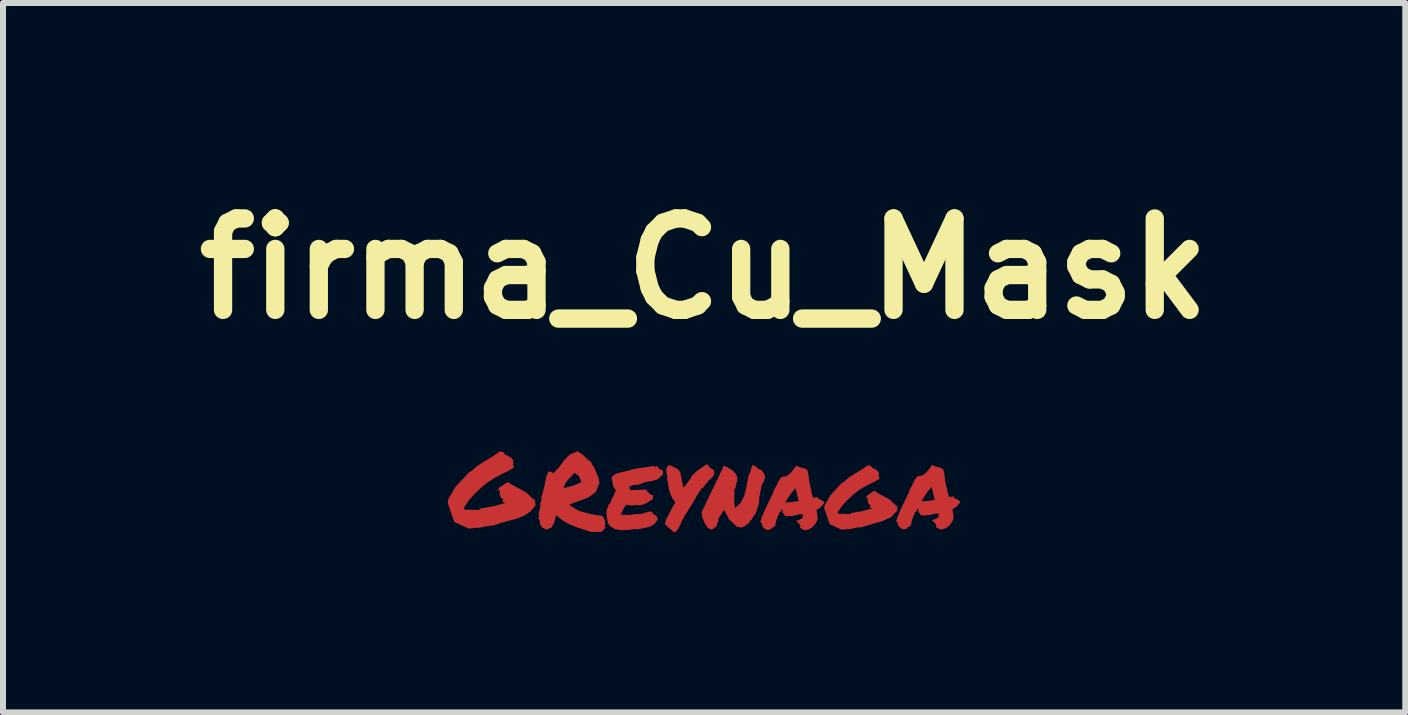
<source format=kicad_pcb>
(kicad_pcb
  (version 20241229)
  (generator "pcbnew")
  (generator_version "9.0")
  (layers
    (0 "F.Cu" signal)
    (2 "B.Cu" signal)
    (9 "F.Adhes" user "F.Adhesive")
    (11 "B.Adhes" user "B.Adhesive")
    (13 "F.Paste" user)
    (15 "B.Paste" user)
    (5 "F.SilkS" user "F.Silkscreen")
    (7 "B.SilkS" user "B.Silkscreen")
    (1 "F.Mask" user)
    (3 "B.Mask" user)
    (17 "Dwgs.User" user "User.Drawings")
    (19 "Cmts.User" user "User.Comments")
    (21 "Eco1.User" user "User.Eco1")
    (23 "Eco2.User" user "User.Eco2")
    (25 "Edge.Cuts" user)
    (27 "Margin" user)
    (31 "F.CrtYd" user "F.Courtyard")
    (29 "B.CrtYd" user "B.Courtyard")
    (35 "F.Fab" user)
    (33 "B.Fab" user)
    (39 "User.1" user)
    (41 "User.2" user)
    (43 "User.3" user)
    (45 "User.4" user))
  (footprint "firma_Cu_Mask"
    (layer "F.Cu")
    (at 8.687 5.157)
    (property "Reference" "firma_Cu_Mask" (at 0 -3.731 180) (layer "F.SilkS") (effects (font (size 1.524 1.524) (thickness 0.305))))
    (attr smd)
    (fp_poly (pts (xy 3.223 0.299) (xy 3.115 0.414) (xy 2.966 0.481) (xy 2.796 0.528) (xy 2.625 0.581) (xy 2.582 0.583) (xy 2.548 0.588) (xy 2.517 0.593) (xy 2.482 0.597) (xy 2.474 0.6) (xy 2.469 0.607) (xy 2.415 0.612) (xy 2.377 0.612) (xy 2.334 0.618) (xy 2.296 0.623) (xy 2.093 0.531) (xy 2.012 0.294) (xy 2.009 0.283) (xy 2.002 0.278) (xy 2.005 0.249) (xy 2.007 0.218) (xy 2.109 0.042) (xy 2.245 -0.103) (xy 2.265 -0.123) (xy 2.281 -0.144) (xy 2.3 -0.161) (xy 2.326 -0.173) (xy 2.412 -0.249) (xy 2.517 -0.314) (xy 2.625 -0.378) (xy 2.725 -0.45) (xy 2.753 -0.445) (xy 2.772 -0.445) (xy 2.804 -0.409) (xy 2.848 -0.387) (xy 2.889 -0.361) (xy 2.918 -0.32) (xy 2.908 -0.311) (xy 2.913 -0.295) (xy 2.915 -0.28) (xy 2.903 -0.273) (xy 2.913 -0.263) (xy 2.923 -0.254) (xy 2.918 -0.24) (xy 2.918 -0.223) (xy 2.841 -0.18) (xy 2.753 -0.135) (xy 2.658 -0.085) (xy 2.563 -0.025) (xy 2.469 0.053) (xy 2.375 0.14) (xy 2.291 0.237) (xy 2.224 0.333) (xy 2.231 0.347) (xy 2.239 0.359) (xy 2.341 0.359) (xy 2.437 0.364) (xy 2.444 0.354) (xy 2.453 0.344) (xy 2.636 0.313) (xy 2.808 0.266) (xy 2.782 0.258) (xy 2.761 0.249) (xy 2.761 0.235) (xy 2.779 0.221) (xy 2.739 0.187) (xy 2.722 0.132) (xy 2.732 0.111) (xy 2.722 0.092) (xy 2.713 0.092) (xy 2.71 0.097) (xy 2.708 0.104) (xy 2.699 0.103) (xy 2.706 0.077) (xy 2.717 0.053) (xy 2.835 -0.027) (xy 2.882 0.004) (xy 2.939 0.037) (xy 3.001 0.07) (xy 3.061 0.101) (xy 3.104 0.128) (xy 3.14 0.165) (xy 3.175 0.199) (xy 3.218 0.228) (xy 3.22 0.265) (xy 3.223 0.299) (xy 3.223 0.299)) (stroke (width 0) (type solid)) (fill yes) (layer "F.Cu"))
    (fp_poly (pts (xy -4.274 0.192) (xy -4.269 0.158) (xy -4.267 0.118) (xy -4.146 -0.092) (xy -3.983 -0.264) (xy -3.959 -0.288) (xy -3.94 -0.314) (xy -3.917 -0.335) (xy -3.886 -0.349) (xy -3.783 -0.44) (xy -3.657 -0.519) (xy -3.526 -0.597) (xy -3.406 -0.683) (xy -3.376 -0.674) (xy -3.352 -0.676) (xy -3.313 -0.629) (xy -3.261 -0.603) (xy -3.211 -0.572) (xy -3.175 -0.524) (xy -3.187 -0.516) (xy -3.182 -0.497) (xy -3.178 -0.478) (xy -3.194 -0.469) (xy -3.182 -0.457) (xy -3.17 -0.445) (xy -3.175 -0.428) (xy -3.175 -0.409) (xy -3.268 -0.355) (xy -3.375 -0.304) (xy -3.488 -0.243) (xy -3.602 -0.171) (xy -3.717 -0.08) (xy -3.828 0.027) (xy -3.928 0.142) (xy -4.007 0.258) (xy -3.998 0.273) (xy -3.988 0.289) (xy -3.866 0.289) (xy -3.752 0.296) (xy -3.743 0.282) (xy -3.733 0.27) (xy -3.514 0.232) (xy -3.308 0.177) (xy -3.363 0.158) (xy -3.363 0.141) (xy -3.344 0.123) (xy -3.39 0.082) (xy -3.411 0.015) (xy -3.399 -0.009) (xy -3.411 -0.032) (xy -3.421 -0.032) (xy -3.425 -0.025) (xy -3.428 -0.018) (xy -3.437 -0.018) (xy -3.428 -0.049) (xy -3.418 -0.078) (xy -3.275 -0.173) (xy -3.22 -0.137) (xy -3.151 -0.099) (xy -3.077 -0.059) (xy -3.006 -0.021) (xy -2.953 0.013) (xy -2.91 0.055) (xy -2.868 0.096) (xy -2.818 0.13) (xy -2.815 0.175) (xy -2.811 0.217) (xy -2.891 0.316) (xy -2.996 0.385) (xy -3.118 0.435) (xy -3.252 0.473) (xy -3.392 0.511) (xy -3.528 0.556) (xy -3.578 0.558) (xy -3.618 0.563) (xy -3.655 0.57) (xy -3.697 0.575) (xy -3.709 0.578) (xy -3.716 0.587) (xy -3.778 0.592) (xy -3.824 0.592) (xy -3.874 0.599) (xy -3.922 0.604) (xy -4.165 0.494) (xy -4.262 0.21) (xy -4.265 0.199) (xy -4.274 0.192) (xy -4.274 0.192)) (stroke (width 0) (type solid)) (fill yes) (layer "F.Cu"))
    (fp_poly (pts (xy -2.739 0.461) (xy -2.315 -0.149) (xy -2.344 -0.07) (xy -2.193 -0.109) (xy -2.043 -0.171) (xy -2.088 -0.273) (xy -2.164 -0.326) (xy -2.164 -0.326) (xy -2.213 -0.266) (xy -2.269 -0.211) (xy -2.315 -0.149) (xy -2.739 0.461) (xy -2.754 0.449) (xy -2.77 0.419) (xy -2.751 0.419) (xy -2.758 0.351) (xy -2.742 0.288) (xy -2.728 0.23) (xy -2.734 0.17) (xy -2.721 0.166) (xy -2.715 0.142) (xy -2.713 0.111) (xy -2.715 0.084) (xy -2.68 -0.027) (xy -2.656 -0.139) (xy -2.634 -0.247) (xy -2.599 -0.347) (xy -2.549 -0.34) (xy -2.513 -0.318) (xy -2.418 -0.418) (xy -2.336 -0.531) (xy -2.239 -0.631) (xy -2.107 -0.683) (xy -2.014 -0.619) (xy -1.929 -0.537) (xy -1.903 -0.518) (xy -1.876 -0.5) (xy -1.876 -0.475) (xy -1.836 -0.421) (xy -1.807 -0.357) (xy -1.781 -0.29) (xy -1.753 -0.227) (xy -1.757 -0.208) (xy -1.753 -0.192) (xy -1.748 -0.175) (xy -1.746 -0.152) (xy -1.807 -0.004) (xy -1.934 0.087) (xy -2.093 0.147) (xy -2.246 0.201) (xy -2.239 0.208) (xy -2.234 0.218) (xy -2.155 0.268) (xy -2.101 0.301) (xy -2.046 0.321) (xy -1.962 0.342) (xy -1.879 0.363) (xy -1.824 0.375) (xy -1.772 0.382) (xy -1.698 0.39) (xy -1.667 0.435) (xy -1.65 0.487) (xy -1.648 0.537) (xy -1.662 0.573) (xy -1.653 0.58) (xy -1.636 0.58) (xy -1.657 0.6) (xy -1.674 0.624) (xy -1.695 0.647) (xy -1.722 0.659) (xy -1.881 0.661) (xy -2.127 0.581) (xy -2.248 0.531) (xy -2.329 0.488) (xy -2.392 0.442) (xy -2.46 0.382) (xy -2.467 0.388) (xy -2.472 0.395) (xy -2.499 0.507) (xy -2.551 0.595) (xy -2.589 0.6) (xy -2.611 0.619) (xy -2.637 0.618) (xy -2.653 0.609) (xy -2.668 0.599) (xy -2.696 0.595) (xy -2.706 0.566) (xy -2.734 0.552) (xy -2.73 0.526) (xy -2.735 0.506) (xy -2.742 0.485) (xy -2.739 0.461) (xy -2.739 0.461)) (stroke (width 0) (type solid)) (fill yes) (layer "F.Cu"))
    (fp_poly (pts (xy -0.685 -0.361) (xy -0.685 -0.342) (xy -0.687 -0.332) (xy -0.687 -0.32) (xy -0.684 -0.302) (xy -0.768 -0.221) (xy -0.87 -0.19) (xy -0.983 -0.171) (xy -1.097 -0.127) (xy -1.138 -0.127) (xy -1.19 -0.121) (xy -1.216 -0.106) (xy -1.247 -0.097) (xy -1.242 -0.065) (xy -1.237 -0.039) (xy -1.104 -0.04) (xy -0.959 -0.049) (xy -0.961 -0.037) (xy -0.963 -0.028) (xy -0.939 -0.006) (xy -0.914 0.018) (xy -0.89 0.039) (xy -0.859 0.044) (xy -0.851 0.075) (xy -0.854 0.108) (xy -0.909 0.147) (xy -0.968 0.182) (xy -1.031 0.208) (xy -1.106 0.215) (xy -1.119 0.215) (xy -1.13 0.209) (xy -1.169 0.215) (xy -1.207 0.22) (xy -1.254 0.213) (xy -1.3 0.206) (xy -1.35 0.283) (xy -1.39 0.371) (xy -1.293 0.378) (xy -1.219 0.373) (xy -1.149 0.364) (xy -1.057 0.361) (xy -0.976 0.337) (xy -0.889 0.316) (xy -0.864 0.335) (xy -0.845 0.359) (xy -0.825 0.378) (xy -0.799 0.385) (xy -0.79 0.402) (xy -0.785 0.42) (xy -0.78 0.435) (xy -0.764 0.438) (xy -0.825 0.526) (xy -0.901 0.571) (xy -0.997 0.595) (xy -1.112 0.616) (xy -1.138 0.614) (xy -1.162 0.611) (xy -1.257 0.626) (xy -1.369 0.631) (xy -1.478 0.616) (xy -1.562 0.571) (xy -1.581 0.544) (xy -1.603 0.518) (xy -1.61 0.468) (xy -1.621 0.411) (xy -1.629 0.351) (xy -1.626 0.297) (xy -1.605 0.251) (xy -1.593 0.206) (xy -1.583 0.197) (xy -1.569 0.191) (xy -1.547 0.132) (xy -1.522 0.079) (xy -1.497 0.027) (xy -1.471 -0.033) (xy -1.507 -0.082) (xy -1.522 -0.135) (xy -1.531 -0.19) (xy -1.543 -0.249) (xy -1.502 -0.29) (xy -1.447 -0.318) (xy -1.383 -0.335) (xy -1.31 -0.35) (xy -1.188 -0.385) (xy -1.081 -0.404) (xy -0.971 -0.419) (xy -0.842 -0.44) (xy -0.813 -0.424) (xy -0.797 -0.433) (xy -0.789 -0.443) (xy -0.746 -0.393) (xy -0.685 -0.361) (xy -0.685 -0.361)) (stroke (width 0) (type solid)) (fill yes) (layer "F.Cu"))
    (fp_poly (pts (xy -0.176 0.158) (xy -0.196 0.183) (xy -0.213 0.213) (xy -0.232 0.249) (xy -0.258 0.28) (xy -0.275 0.321) (xy -0.303 0.354) (xy -0.384 0.504) (xy -0.394 0.535) (xy -0.41 0.562) (xy -0.417 0.574) (xy -0.422 0.583) (xy -0.425 0.6) (xy -0.444 0.624) (xy -0.463 0.643) (xy -0.475 0.657) (xy -0.501 0.667) (xy -0.654 0.533) (xy -0.653 0.516) (xy -0.647 0.499) (xy -0.641 0.478) (xy -0.625 0.43) (xy -0.596 0.387) (xy -0.58 0.349) (xy -0.539 0.268) (xy -0.501 0.202) (xy -0.479 0.164) (xy -0.52 0.115) (xy -0.56 0.032) (xy -0.584 -0.039) (xy -0.589 -0.077) (xy -0.596 -0.109) (xy -0.604 -0.147) (xy -0.608 -0.187) (xy -0.618 -0.211) (xy -0.615 -0.228) (xy -0.613 -0.259) (xy -0.622 -0.301) (xy -0.63 -0.339) (xy -0.632 -0.38) (xy -0.622 -0.418) (xy -0.589 -0.451) (xy -0.56 -0.452) (xy -0.53 -0.435) (xy -0.501 -0.419) (xy -0.465 -0.402) (xy -0.429 -0.38) (xy -0.417 -0.356) (xy -0.394 -0.337) (xy -0.394 -0.318) (xy -0.393 -0.299) (xy -0.386 -0.271) (xy -0.379 -0.251) (xy -0.374 -0.204) (xy -0.363 -0.165) (xy -0.353 -0.125) (xy -0.351 -0.08) (xy -0.334 -0.092) (xy -0.327 -0.097) (xy -0.32 -0.103) (xy -0.219 -0.24) (xy -0.222 -0.258) (xy -0.186 -0.292) (xy -0.16 -0.318) (xy -0.138 -0.344) (xy -0.119 -0.358) (xy 0.038 -0.464) (xy 0.062 -0.468) (xy 0.069 -0.445) (xy 0.097 -0.411) (xy 0.143 -0.382) (xy 0.159 -0.371) (xy 0.167 -0.345) (xy 0.166 -0.33) (xy 0.173 -0.313) (xy 0.138 -0.252) (xy 0.1 -0.218) (xy 0.071 -0.192) (xy 0.052 -0.165) (xy 0.04 -0.151) (xy -0.007 -0.096) (xy -0.012 -0.075) (xy -0.033 -0.075) (xy -0.041 -0.068) (xy -0.058 -0.039) (xy -0.076 -0.016) (xy -0.084 -0.008) (xy -0.089 0.006) (xy -0.095 0.02) (xy -0.122 0.054) (xy -0.134 0.078) (xy -0.148 0.106) (xy -0.167 0.132) (xy -0.176 0.158)) (stroke (width 0) (type solid)) (fill yes) (layer "F.Cu"))
    (fp_poly (pts (xy 0.333 0.295) (xy 0.31 0.314) (xy 0.296 0.344) (xy 0.284 0.373) (xy 0.267 0.385) (xy 0.257 0.409) (xy 0.243 0.431) (xy 0.233 0.456) (xy 0.236 0.485) (xy 0.219 0.514) (xy 0.21 0.55) (xy 0.197 0.58) (xy 0.159 0.59) (xy 0.157 0.599) (xy 0.162 0.611) (xy 0.133 0.612) (xy 0.11 0.621) (xy 0.055 0.585) (xy 0.017 0.528) (xy -0.012 0.462) (xy -0.036 0.406) (xy -0.034 0.369) (xy -0.046 0.338) (xy -0.025 0.293) (xy -0.003 0.247) (xy 0.019 0.201) (xy 0.042 0.153) (xy 0.065 0.105) (xy 0.089 0.056) (xy 0.113 0.006) (xy 0.138 -0.044) (xy 0.163 -0.095) (xy 0.187 -0.145) (xy 0.211 -0.196) (xy 0.235 -0.246) (xy 0.259 -0.296) (xy 0.282 -0.346) (xy 0.305 -0.396) (xy 0.327 -0.445) (xy 0.405 -0.409) (xy 0.476 -0.364) (xy 0.531 -0.304) (xy 0.56 -0.23) (xy 0.551 -0.221) (xy 0.545 -0.22) (xy 0.551 -0.208) (xy 0.551 -0.201) (xy 0.551 -0.19) (xy 0.557 -0.175) (xy 0.546 -0.173) (xy 0.536 -0.173) (xy 0.539 -0.142) (xy 0.532 -0.12) (xy 0.524 -0.099) (xy 0.526 -0.072) (xy 0.517 -0.068) (xy 0.514 -0.063) (xy 0.508 -0.058) (xy 0.501 -0.058) (xy 0.505 0.018) (xy 0.501 0.095) (xy 0.503 0.176) (xy 0.515 0.263) (xy 0.613 0.17) (xy 0.674 0.042) (xy 0.71 -0.11) (xy 0.736 -0.275) (xy 0.76 -0.313) (xy 0.775 -0.359) (xy 0.789 -0.409) (xy 0.806 -0.456) (xy 0.849 -0.439) (xy 0.884 -0.411) (xy 0.917 -0.383) (xy 0.96 -0.368) (xy 0.998 -0.311) (xy 1.02 -0.252) (xy 1.006 -0.221) (xy 0.998 -0.187) (xy 0.984 -0.154) (xy 0.96 -0.13) (xy 0.946 -0.047) (xy 0.93 0.025) (xy 0.918 0.101) (xy 0.915 0.185) (xy 0.886 0.269) (xy 0.861 0.35) (xy 0.818 0.404) (xy 0.786 0.466) (xy 0.777 0.469) (xy 0.765 0.464) (xy 0.765 0.474) (xy 0.76 0.481) (xy 0.756 0.488) (xy 0.76 0.502) (xy 0.717 0.531) (xy 0.675 0.566) (xy 0.624 0.586) (xy 0.546 0.574) (xy 0.421 0.455) (xy 0.333 0.295) (xy 0.333 0.295)) (stroke (width 0) (type solid)) (fill yes) (layer "F.Cu"))
    (fp_poly (pts (xy 1.886 0.464) (xy 1.389 0.166) (xy 1.482 0.159) (xy 1.576 0.144) (xy 1.55 0.037) (xy 1.521 -0.075) (xy 1.511 -0.058) (xy 1.444 0.023) (xy 1.39 0.108) (xy 1.37 0.139) (xy 1.351 0.17) (xy 1.37 0.168) (xy 1.389 0.166) (xy 1.389 0.166) (xy 1.886 0.464) (xy 1.855 0.524) (xy 1.809 0.578) (xy 1.75 0.616) (xy 1.681 0.633) (xy 1.65 0.621) (xy 1.635 0.611) (xy 1.625 0.605) (xy 1.618 0.6) (xy 1.597 0.592) (xy 1.604 0.569) (xy 1.602 0.549) (xy 1.581 0.526) (xy 1.571 0.516) (xy 1.563 0.505) (xy 1.533 0.473) (xy 1.58 0.461) (xy 1.637 0.43) (xy 1.649 0.366) (xy 1.59 0.364) (xy 1.544 0.376) (xy 1.48 0.392) (xy 1.411 0.397) (xy 1.385 0.397) (xy 1.359 0.394) (xy 1.342 0.39) (xy 1.335 0.37) (xy 1.328 0.363) (xy 1.309 0.34) (xy 1.306 0.302) (xy 1.296 0.271) (xy 1.28 0.314) (xy 1.273 0.332) (xy 1.256 0.335) (xy 1.251 0.344) (xy 1.249 0.352) (xy 1.24 0.382) (xy 1.234 0.388) (xy 1.227 0.394) (xy 1.218 0.425) (xy 1.208 0.454) (xy 1.192 0.499) (xy 1.189 0.54) (xy 1.182 0.559) (xy 1.163 0.576) (xy 1.142 0.587) (xy 1.132 0.593) (xy 1.123 0.597) (xy 1.118 0.616) (xy 1.098 0.619) (xy 1.07 0.624) (xy 1.053 0.626) (xy 1.035 0.624) (xy 1.006 0.6) (xy 0.982 0.581) (xy 0.965 0.55) (xy 0.961 0.531) (xy 0.958 0.514) (xy 0.953 0.504) (xy 0.93 0.483) (xy 0.949 0.468) (xy 0.951 0.438) (xy 1.023 0.27) (xy 1.104 0.104) (xy 1.13 0.049) (xy 1.158 -0.006) (xy 1.156 -0.018) (xy 1.16 -0.034) (xy 1.191 -0.085) (xy 1.215 -0.134) (xy 1.242 -0.19) (xy 1.28 -0.247) (xy 1.308 -0.259) (xy 1.32 -0.263) (xy 1.335 -0.266) (xy 1.361 -0.263) (xy 1.445 -0.325) (xy 1.52 -0.423) (xy 1.537 -0.447) (xy 1.559 -0.433) (xy 1.583 -0.423) (xy 1.616 -0.414) (xy 1.675 -0.399) (xy 1.719 -0.373) (xy 1.731 -0.332) (xy 1.737 -0.304) (xy 1.745 -0.245) (xy 1.752 -0.18) (xy 1.766 -0.121) (xy 1.778 -0.065) (xy 1.795 0.016) (xy 1.818 0.089) (xy 1.835 0.09) (xy 1.852 0.085) (xy 1.874 0.082) (xy 1.893 0.08) (xy 1.9 0.097) (xy 1.918 0.115) (xy 1.95 0.125) (xy 1.969 0.14) (xy 1.983 0.151) (xy 2.009 0.161) (xy 1.995 0.187) (xy 1.945 0.247) (xy 1.874 0.294) (xy 1.876 0.314) (xy 1.881 0.333) (xy 1.89 0.394) (xy 1.89 0.457) (xy 1.886 0.464)) (stroke (width 0) (type solid)) (fill yes) (layer "F.Cu"))
    (fp_poly (pts (xy 4.151 0.452) (xy 3.657 0.148) (xy 3.75 0.141) (xy 3.845 0.125) (xy 3.819 0.018) (xy 3.79 -0.093) (xy 3.779 -0.076) (xy 3.712 0.005) (xy 3.659 0.089) (xy 3.638 0.12) (xy 3.619 0.151) (xy 3.638 0.149) (xy 3.657 0.148) (xy 3.657 0.148) (xy 4.151 0.452) (xy 4.12 0.513) (xy 4.074 0.566) (xy 4.015 0.604) (xy 3.946 0.621) (xy 3.915 0.609) (xy 3.9 0.599) (xy 3.89 0.594) (xy 3.883 0.589) (xy 3.862 0.58) (xy 3.869 0.558) (xy 3.867 0.537) (xy 3.846 0.514) (xy 3.836 0.504) (xy 3.828 0.494) (xy 3.798 0.461) (xy 3.845 0.449) (xy 3.902 0.418) (xy 3.914 0.354) (xy 3.855 0.353) (xy 3.809 0.365) (xy 3.745 0.38) (xy 3.676 0.385) (xy 3.65 0.385) (xy 3.624 0.382) (xy 3.607 0.379) (xy 3.6 0.358) (xy 3.593 0.351) (xy 3.574 0.329) (xy 3.571 0.291) (xy 3.561 0.26) (xy 3.545 0.303) (xy 3.538 0.32) (xy 3.521 0.323) (xy 3.516 0.332) (xy 3.514 0.341) (xy 3.505 0.37) (xy 3.499 0.377) (xy 3.492 0.382) (xy 3.483 0.413) (xy 3.473 0.442) (xy 3.457 0.487) (xy 3.454 0.528) (xy 3.447 0.547) (xy 3.428 0.565) (xy 3.407 0.575) (xy 3.397 0.582) (xy 3.388 0.585) (xy 3.383 0.604) (xy 3.363 0.608) (xy 3.335 0.613) (xy 3.318 0.614) (xy 3.3 0.613) (xy 3.271 0.589) (xy 3.247 0.57) (xy 3.23 0.539) (xy 3.226 0.52) (xy 3.223 0.502) (xy 3.218 0.492) (xy 3.195 0.471) (xy 3.214 0.456) (xy 3.216 0.427) (xy 3.288 0.258) (xy 3.369 0.092) (xy 3.395 0.037) (xy 3.423 -0.018) (xy 3.421 -0.03) (xy 3.425 -0.045) (xy 3.456 -0.097) (xy 3.48 -0.145) (xy 3.507 -0.202) (xy 3.545 -0.259) (xy 3.573 -0.271) (xy 3.585 -0.274) (xy 3.6 -0.278) (xy 3.626 -0.274) (xy 3.71 -0.336) (xy 3.785 -0.435) (xy 3.802 -0.459) (xy 3.824 -0.445) (xy 3.848 -0.435) (xy 3.881 -0.426) (xy 3.94 -0.41) (xy 3.984 -0.385) (xy 3.996 -0.343) (xy 4.002 -0.316) (xy 4.01 -0.257) (xy 4.017 -0.192) (xy 4.031 -0.133) (xy 4.043 -0.076) (xy 4.06 0.005) (xy 4.083 0.077) (xy 4.1 0.079) (xy 4.117 0.074) (xy 4.139 0.07) (xy 4.158 0.068) (xy 4.165 0.086) (xy 4.183 0.103) (xy 4.215 0.113) (xy 4.234 0.129) (xy 4.248 0.139) (xy 4.274 0.149) (xy 4.26 0.175) (xy 4.21 0.236) (xy 4.139 0.282) (xy 4.141 0.303) (xy 4.146 0.322) (xy 4.155 0.382) (xy 4.155 0.446) (xy 4.151 0.452)) (stroke (width 0) (type solid)) (fill yes) (layer "F.Cu"))
    (fp_poly (pts (xy 3.223 0.299) (xy 3.115 0.414) (xy 2.966 0.481) (xy 2.796 0.528) (xy 2.625 0.581) (xy 2.582 0.583) (xy 2.548 0.588) (xy 2.517 0.593) (xy 2.482 0.597) (xy 2.474 0.6) (xy 2.469 0.607) (xy 2.415 0.612) (xy 2.377 0.612) (xy 2.334 0.618) (xy 2.296 0.623) (xy 2.093 0.531) (xy 2.012 0.294) (xy 2.009 0.283) (xy 2.002 0.278) (xy 2.005 0.249) (xy 2.007 0.218) (xy 2.109 0.042) (xy 2.245 -0.103) (xy 2.265 -0.123) (xy 2.281 -0.144) (xy 2.3 -0.161) (xy 2.326 -0.173) (xy 2.412 -0.249) (xy 2.517 -0.314) (xy 2.625 -0.378) (xy 2.725 -0.45) (xy 2.753 -0.445) (xy 2.772 -0.445) (xy 2.804 -0.409) (xy 2.848 -0.387) (xy 2.889 -0.361) (xy 2.918 -0.32) (xy 2.908 -0.311) (xy 2.913 -0.295) (xy 2.915 -0.28) (xy 2.903 -0.273) (xy 2.913 -0.263) (xy 2.923 -0.254) (xy 2.918 -0.24) (xy 2.918 -0.223) (xy 2.841 -0.18) (xy 2.753 -0.135) (xy 2.658 -0.085) (xy 2.563 -0.025) (xy 2.469 0.053) (xy 2.375 0.14) (xy 2.291 0.237) (xy 2.224 0.333) (xy 2.231 0.347) (xy 2.239 0.359) (xy 2.341 0.359) (xy 2.437 0.364) (xy 2.444 0.354) (xy 2.453 0.344) (xy 2.636 0.313) (xy 2.808 0.266) (xy 2.782 0.258) (xy 2.761 0.249) (xy 2.761 0.235) (xy 2.779 0.221) (xy 2.739 0.187) (xy 2.722 0.132) (xy 2.732 0.111) (xy 2.722 0.092) (xy 2.713 0.092) (xy 2.71 0.097) (xy 2.708 0.104) (xy 2.699 0.103) (xy 2.706 0.077) (xy 2.717 0.053) (xy 2.835 -0.027) (xy 2.882 0.004) (xy 2.939 0.037) (xy 3.001 0.07) (xy 3.061 0.101) (xy 3.104 0.128) (xy 3.14 0.165) (xy 3.175 0.199) (xy 3.218 0.228) (xy 3.22 0.265) (xy 3.223 0.299) (xy 3.223 0.299)) (stroke (width 0) (type solid)) (fill yes) (layer "F.Mask"))
    (fp_poly (pts (xy -4.274 0.192) (xy -4.269 0.158) (xy -4.267 0.118) (xy -4.146 -0.092) (xy -3.983 -0.264) (xy -3.959 -0.288) (xy -3.94 -0.314) (xy -3.917 -0.335) (xy -3.886 -0.349) (xy -3.783 -0.44) (xy -3.657 -0.519) (xy -3.526 -0.597) (xy -3.406 -0.683) (xy -3.376 -0.674) (xy -3.352 -0.676) (xy -3.313 -0.629) (xy -3.261 -0.603) (xy -3.211 -0.572) (xy -3.175 -0.524) (xy -3.187 -0.516) (xy -3.182 -0.497) (xy -3.178 -0.478) (xy -3.194 -0.469) (xy -3.182 -0.457) (xy -3.17 -0.445) (xy -3.175 -0.428) (xy -3.175 -0.409) (xy -3.268 -0.355) (xy -3.375 -0.304) (xy -3.488 -0.243) (xy -3.602 -0.171) (xy -3.717 -0.08) (xy -3.828 0.027) (xy -3.928 0.142) (xy -4.007 0.258) (xy -3.998 0.273) (xy -3.988 0.289) (xy -3.866 0.289) (xy -3.752 0.296) (xy -3.743 0.282) (xy -3.733 0.27) (xy -3.514 0.232) (xy -3.308 0.177) (xy -3.363 0.158) (xy -3.363 0.141) (xy -3.344 0.123) (xy -3.39 0.082) (xy -3.411 0.015) (xy -3.399 -0.009) (xy -3.411 -0.032) (xy -3.421 -0.032) (xy -3.425 -0.025) (xy -3.428 -0.018) (xy -3.437 -0.018) (xy -3.428 -0.049) (xy -3.418 -0.078) (xy -3.275 -0.173) (xy -3.22 -0.137) (xy -3.151 -0.099) (xy -3.077 -0.059) (xy -3.006 -0.021) (xy -2.953 0.013) (xy -2.91 0.055) (xy -2.868 0.096) (xy -2.818 0.13) (xy -2.815 0.175) (xy -2.811 0.217) (xy -2.891 0.316) (xy -2.996 0.385) (xy -3.118 0.435) (xy -3.252 0.473) (xy -3.392 0.511) (xy -3.528 0.556) (xy -3.578 0.558) (xy -3.618 0.563) (xy -3.655 0.57) (xy -3.697 0.575) (xy -3.709 0.578) (xy -3.716 0.587) (xy -3.778 0.592) (xy -3.824 0.592) (xy -3.874 0.599) (xy -3.922 0.604) (xy -4.165 0.494) (xy -4.262 0.21) (xy -4.265 0.199) (xy -4.274 0.192) (xy -4.274 0.192)) (stroke (width 0) (type solid)) (fill yes) (layer "F.Mask"))
    (fp_poly (pts (xy -2.739 0.461) (xy -2.315 -0.149) (xy -2.344 -0.07) (xy -2.193 -0.109) (xy -2.043 -0.171) (xy -2.088 -0.273) (xy -2.164 -0.326) (xy -2.164 -0.326) (xy -2.213 -0.266) (xy -2.269 -0.211) (xy -2.315 -0.149) (xy -2.739 0.461) (xy -2.754 0.449) (xy -2.77 0.419) (xy -2.751 0.419) (xy -2.758 0.351) (xy -2.742 0.288) (xy -2.728 0.23) (xy -2.734 0.17) (xy -2.721 0.166) (xy -2.715 0.142) (xy -2.713 0.111) (xy -2.715 0.084) (xy -2.68 -0.027) (xy -2.656 -0.139) (xy -2.634 -0.247) (xy -2.599 -0.347) (xy -2.549 -0.34) (xy -2.513 -0.318) (xy -2.418 -0.418) (xy -2.336 -0.531) (xy -2.239 -0.631) (xy -2.107 -0.683) (xy -2.014 -0.619) (xy -1.929 -0.537) (xy -1.903 -0.518) (xy -1.876 -0.5) (xy -1.876 -0.475) (xy -1.836 -0.421) (xy -1.807 -0.357) (xy -1.781 -0.29) (xy -1.753 -0.227) (xy -1.757 -0.208) (xy -1.753 -0.192) (xy -1.748 -0.175) (xy -1.746 -0.152) (xy -1.807 -0.004) (xy -1.934 0.087) (xy -2.093 0.147) (xy -2.246 0.201) (xy -2.239 0.208) (xy -2.234 0.218) (xy -2.155 0.268) (xy -2.101 0.301) (xy -2.046 0.321) (xy -1.962 0.342) (xy -1.879 0.363) (xy -1.824 0.375) (xy -1.772 0.382) (xy -1.698 0.39) (xy -1.667 0.435) (xy -1.65 0.487) (xy -1.648 0.537) (xy -1.662 0.573) (xy -1.653 0.58) (xy -1.636 0.58) (xy -1.657 0.6) (xy -1.674 0.624) (xy -1.695 0.647) (xy -1.722 0.659) (xy -1.881 0.661) (xy -2.127 0.581) (xy -2.248 0.531) (xy -2.329 0.488) (xy -2.392 0.442) (xy -2.46 0.382) (xy -2.467 0.388) (xy -2.472 0.395) (xy -2.499 0.507) (xy -2.551 0.595) (xy -2.589 0.6) (xy -2.611 0.619) (xy -2.637 0.618) (xy -2.653 0.609) (xy -2.668 0.599) (xy -2.696 0.595) (xy -2.706 0.566) (xy -2.734 0.552) (xy -2.73 0.526) (xy -2.735 0.506) (xy -2.742 0.485) (xy -2.739 0.461) (xy -2.739 0.461)) (stroke (width 0) (type solid)) (fill yes) (layer "F.Mask"))
    (fp_poly (pts (xy -0.685 -0.361) (xy -0.685 -0.342) (xy -0.687 -0.332) (xy -0.687 -0.32) (xy -0.684 -0.302) (xy -0.768 -0.221) (xy -0.87 -0.19) (xy -0.983 -0.171) (xy -1.097 -0.127) (xy -1.138 -0.127) (xy -1.19 -0.121) (xy -1.216 -0.106) (xy -1.247 -0.097) (xy -1.242 -0.065) (xy -1.237 -0.039) (xy -1.104 -0.04) (xy -0.959 -0.049) (xy -0.961 -0.037) (xy -0.963 -0.028) (xy -0.939 -0.006) (xy -0.914 0.018) (xy -0.89 0.039) (xy -0.859 0.044) (xy -0.851 0.075) (xy -0.854 0.108) (xy -0.909 0.147) (xy -0.968 0.182) (xy -1.031 0.208) (xy -1.106 0.215) (xy -1.119 0.215) (xy -1.13 0.209) (xy -1.169 0.215) (xy -1.207 0.22) (xy -1.254 0.213) (xy -1.3 0.206) (xy -1.35 0.283) (xy -1.39 0.371) (xy -1.293 0.378) (xy -1.219 0.373) (xy -1.149 0.364) (xy -1.057 0.361) (xy -0.976 0.337) (xy -0.889 0.316) (xy -0.864 0.335) (xy -0.845 0.359) (xy -0.825 0.378) (xy -0.799 0.385) (xy -0.79 0.402) (xy -0.785 0.42) (xy -0.78 0.435) (xy -0.764 0.438) (xy -0.825 0.526) (xy -0.901 0.571) (xy -0.997 0.595) (xy -1.112 0.616) (xy -1.138 0.614) (xy -1.162 0.611) (xy -1.257 0.626) (xy -1.369 0.631) (xy -1.478 0.616) (xy -1.562 0.571) (xy -1.581 0.544) (xy -1.603 0.518) (xy -1.61 0.468) (xy -1.621 0.411) (xy -1.629 0.351) (xy -1.626 0.297) (xy -1.605 0.251) (xy -1.593 0.206) (xy -1.583 0.197) (xy -1.569 0.191) (xy -1.547 0.132) (xy -1.522 0.079) (xy -1.497 0.027) (xy -1.471 -0.033) (xy -1.507 -0.082) (xy -1.522 -0.135) (xy -1.531 -0.19) (xy -1.543 -0.249) (xy -1.502 -0.29) (xy -1.447 -0.318) (xy -1.383 -0.335) (xy -1.31 -0.35) (xy -1.188 -0.385) (xy -1.081 -0.404) (xy -0.971 -0.419) (xy -0.842 -0.44) (xy -0.813 -0.424) (xy -0.797 -0.433) (xy -0.789 -0.443) (xy -0.746 -0.393) (xy -0.685 -0.361) (xy -0.685 -0.361)) (stroke (width 0) (type solid)) (fill yes) (layer "F.Mask"))
    (fp_poly (pts (xy -0.176 0.158) (xy -0.196 0.183) (xy -0.213 0.213) (xy -0.232 0.249) (xy -0.258 0.28) (xy -0.275 0.321) (xy -0.303 0.354) (xy -0.384 0.504) (xy -0.394 0.535) (xy -0.41 0.562) (xy -0.417 0.574) (xy -0.422 0.583) (xy -0.425 0.6) (xy -0.444 0.624) (xy -0.463 0.643) (xy -0.475 0.657) (xy -0.501 0.667) (xy -0.654 0.533) (xy -0.653 0.516) (xy -0.647 0.499) (xy -0.641 0.478) (xy -0.625 0.43) (xy -0.596 0.387) (xy -0.58 0.349) (xy -0.539 0.268) (xy -0.501 0.202) (xy -0.479 0.164) (xy -0.52 0.115) (xy -0.56 0.032) (xy -0.584 -0.039) (xy -0.589 -0.077) (xy -0.596 -0.109) (xy -0.604 -0.147) (xy -0.608 -0.187) (xy -0.618 -0.211) (xy -0.615 -0.228) (xy -0.613 -0.259) (xy -0.622 -0.301) (xy -0.63 -0.339) (xy -0.632 -0.38) (xy -0.622 -0.418) (xy -0.589 -0.451) (xy -0.56 -0.452) (xy -0.53 -0.435) (xy -0.501 -0.419) (xy -0.465 -0.402) (xy -0.429 -0.38) (xy -0.417 -0.356) (xy -0.394 -0.337) (xy -0.394 -0.318) (xy -0.393 -0.299) (xy -0.386 -0.271) (xy -0.379 -0.251) (xy -0.374 -0.204) (xy -0.363 -0.165) (xy -0.353 -0.125) (xy -0.351 -0.08) (xy -0.334 -0.092) (xy -0.327 -0.097) (xy -0.32 -0.103) (xy -0.219 -0.24) (xy -0.222 -0.258) (xy -0.186 -0.292) (xy -0.16 -0.318) (xy -0.138 -0.344) (xy -0.119 -0.358) (xy 0.038 -0.464) (xy 0.062 -0.468) (xy 0.069 -0.445) (xy 0.097 -0.411) (xy 0.143 -0.382) (xy 0.159 -0.371) (xy 0.167 -0.345) (xy 0.166 -0.33) (xy 0.173 -0.313) (xy 0.138 -0.252) (xy 0.1 -0.218) (xy 0.071 -0.192) (xy 0.052 -0.165) (xy 0.04 -0.151) (xy -0.007 -0.096) (xy -0.012 -0.075) (xy -0.033 -0.075) (xy -0.041 -0.068) (xy -0.058 -0.039) (xy -0.076 -0.016) (xy -0.084 -0.008) (xy -0.089 0.006) (xy -0.095 0.02) (xy -0.122 0.054) (xy -0.134 0.078) (xy -0.148 0.106) (xy -0.167 0.132) (xy -0.176 0.158)) (stroke (width 0) (type solid)) (fill yes) (layer "F.Mask"))
    (fp_poly (pts (xy 0.333 0.295) (xy 0.31 0.314) (xy 0.296 0.344) (xy 0.284 0.373) (xy 0.267 0.385) (xy 0.257 0.409) (xy 0.243 0.431) (xy 0.233 0.456) (xy 0.236 0.485) (xy 0.219 0.514) (xy 0.21 0.55) (xy 0.197 0.58) (xy 0.159 0.59) (xy 0.157 0.599) (xy 0.162 0.611) (xy 0.133 0.612) (xy 0.11 0.621) (xy 0.055 0.585) (xy 0.017 0.528) (xy -0.012 0.462) (xy -0.036 0.406) (xy -0.034 0.369) (xy -0.046 0.338) (xy -0.025 0.293) (xy -0.003 0.247) (xy 0.019 0.201) (xy 0.042 0.153) (xy 0.065 0.105) (xy 0.089 0.056) (xy 0.113 0.006) (xy 0.138 -0.044) (xy 0.163 -0.095) (xy 0.187 -0.145) (xy 0.211 -0.196) (xy 0.235 -0.246) (xy 0.259 -0.296) (xy 0.282 -0.346) (xy 0.305 -0.396) (xy 0.327 -0.445) (xy 0.405 -0.409) (xy 0.476 -0.364) (xy 0.531 -0.304) (xy 0.56 -0.23) (xy 0.551 -0.221) (xy 0.545 -0.22) (xy 0.551 -0.208) (xy 0.551 -0.201) (xy 0.551 -0.19) (xy 0.557 -0.175) (xy 0.546 -0.173) (xy 0.536 -0.173) (xy 0.539 -0.142) (xy 0.532 -0.12) (xy 0.524 -0.099) (xy 0.526 -0.072) (xy 0.517 -0.068) (xy 0.514 -0.063) (xy 0.508 -0.058) (xy 0.501 -0.058) (xy 0.505 0.018) (xy 0.501 0.095) (xy 0.503 0.176) (xy 0.515 0.263) (xy 0.613 0.17) (xy 0.674 0.042) (xy 0.71 -0.11) (xy 0.736 -0.275) (xy 0.76 -0.313) (xy 0.775 -0.359) (xy 0.789 -0.409) (xy 0.806 -0.456) (xy 0.849 -0.439) (xy 0.884 -0.411) (xy 0.917 -0.383) (xy 0.96 -0.368) (xy 0.998 -0.311) (xy 1.02 -0.252) (xy 1.006 -0.221) (xy 0.998 -0.187) (xy 0.984 -0.154) (xy 0.96 -0.13) (xy 0.946 -0.047) (xy 0.93 0.025) (xy 0.918 0.101) (xy 0.915 0.185) (xy 0.886 0.269) (xy 0.861 0.35) (xy 0.818 0.404) (xy 0.786 0.466) (xy 0.777 0.469) (xy 0.765 0.464) (xy 0.765 0.474) (xy 0.76 0.481) (xy 0.756 0.488) (xy 0.76 0.502) (xy 0.717 0.531) (xy 0.675 0.566) (xy 0.624 0.586) (xy 0.546 0.574) (xy 0.421 0.455) (xy 0.333 0.295) (xy 0.333 0.295)) (stroke (width 0) (type solid)) (fill yes) (layer "F.Mask"))
    (fp_poly (pts (xy 1.886 0.464) (xy 1.389 0.166) (xy 1.482 0.159) (xy 1.576 0.144) (xy 1.55 0.037) (xy 1.521 -0.075) (xy 1.511 -0.058) (xy 1.444 0.023) (xy 1.39 0.108) (xy 1.37 0.139) (xy 1.351 0.17) (xy 1.37 0.168) (xy 1.389 0.166) (xy 1.389 0.166) (xy 1.886 0.464) (xy 1.855 0.524) (xy 1.809 0.578) (xy 1.75 0.616) (xy 1.681 0.633) (xy 1.65 0.621) (xy 1.635 0.611) (xy 1.625 0.605) (xy 1.618 0.6) (xy 1.597 0.592) (xy 1.604 0.569) (xy 1.602 0.549) (xy 1.581 0.526) (xy 1.571 0.516) (xy 1.563 0.505) (xy 1.533 0.473) (xy 1.58 0.461) (xy 1.637 0.43) (xy 1.649 0.366) (xy 1.59 0.364) (xy 1.544 0.376) (xy 1.48 0.392) (xy 1.411 0.397) (xy 1.385 0.397) (xy 1.359 0.394) (xy 1.342 0.39) (xy 1.335 0.37) (xy 1.328 0.363) (xy 1.309 0.34) (xy 1.306 0.302) (xy 1.296 0.271) (xy 1.28 0.314) (xy 1.273 0.332) (xy 1.256 0.335) (xy 1.251 0.344) (xy 1.249 0.352) (xy 1.24 0.382) (xy 1.234 0.388) (xy 1.227 0.394) (xy 1.218 0.425) (xy 1.208 0.454) (xy 1.192 0.499) (xy 1.189 0.54) (xy 1.182 0.559) (xy 1.163 0.576) (xy 1.142 0.587) (xy 1.132 0.593) (xy 1.123 0.597) (xy 1.118 0.616) (xy 1.098 0.619) (xy 1.07 0.624) (xy 1.053 0.626) (xy 1.035 0.624) (xy 1.006 0.6) (xy 0.982 0.581) (xy 0.965 0.55) (xy 0.961 0.531) (xy 0.958 0.514) (xy 0.953 0.504) (xy 0.93 0.483) (xy 0.949 0.468) (xy 0.951 0.438) (xy 1.023 0.27) (xy 1.104 0.104) (xy 1.13 0.049) (xy 1.158 -0.006) (xy 1.156 -0.018) (xy 1.16 -0.034) (xy 1.191 -0.085) (xy 1.215 -0.134) (xy 1.242 -0.19) (xy 1.28 -0.247) (xy 1.308 -0.259) (xy 1.32 -0.263) (xy 1.335 -0.266) (xy 1.361 -0.263) (xy 1.445 -0.325) (xy 1.52 -0.423) (xy 1.537 -0.447) (xy 1.559 -0.433) (xy 1.583 -0.423) (xy 1.616 -0.414) (xy 1.675 -0.399) (xy 1.719 -0.373) (xy 1.731 -0.332) (xy 1.737 -0.304) (xy 1.745 -0.245) (xy 1.752 -0.18) (xy 1.766 -0.121) (xy 1.778 -0.065) (xy 1.795 0.016) (xy 1.818 0.089) (xy 1.835 0.09) (xy 1.852 0.085) (xy 1.874 0.082) (xy 1.893 0.08) (xy 1.9 0.097) (xy 1.918 0.115) (xy 1.95 0.125) (xy 1.969 0.14) (xy 1.983 0.151) (xy 2.009 0.161) (xy 1.995 0.187) (xy 1.945 0.247) (xy 1.874 0.294) (xy 1.876 0.314) (xy 1.881 0.333) (xy 1.89 0.394) (xy 1.89 0.457) (xy 1.886 0.464)) (stroke (width 0) (type solid)) (fill yes) (layer "F.Mask"))
    (fp_poly (pts (xy 4.151 0.452) (xy 3.657 0.148) (xy 3.75 0.141) (xy 3.845 0.125) (xy 3.819 0.018) (xy 3.79 -0.093) (xy 3.779 -0.076) (xy 3.712 0.005) (xy 3.659 0.089) (xy 3.638 0.12) (xy 3.619 0.151) (xy 3.638 0.149) (xy 3.657 0.148) (xy 3.657 0.148) (xy 4.151 0.452) (xy 4.12 0.513) (xy 4.074 0.566) (xy 4.015 0.604) (xy 3.946 0.621) (xy 3.915 0.609) (xy 3.9 0.599) (xy 3.89 0.594) (xy 3.883 0.589) (xy 3.862 0.58) (xy 3.869 0.558) (xy 3.867 0.537) (xy 3.846 0.514) (xy 3.836 0.504) (xy 3.828 0.494) (xy 3.798 0.461) (xy 3.845 0.449) (xy 3.902 0.418) (xy 3.914 0.354) (xy 3.855 0.353) (xy 3.809 0.365) (xy 3.745 0.38) (xy 3.676 0.385) (xy 3.65 0.385) (xy 3.624 0.382) (xy 3.607 0.379) (xy 3.6 0.358) (xy 3.593 0.351) (xy 3.574 0.329) (xy 3.571 0.291) (xy 3.561 0.26) (xy 3.545 0.303) (xy 3.538 0.32) (xy 3.521 0.323) (xy 3.516 0.332) (xy 3.514 0.341) (xy 3.505 0.37) (xy 3.499 0.377) (xy 3.492 0.382) (xy 3.483 0.413) (xy 3.473 0.442) (xy 3.457 0.487) (xy 3.454 0.528) (xy 3.447 0.547) (xy 3.428 0.565) (xy 3.407 0.575) (xy 3.397 0.582) (xy 3.388 0.585) (xy 3.383 0.604) (xy 3.363 0.608) (xy 3.335 0.613) (xy 3.318 0.614) (xy 3.3 0.613) (xy 3.271 0.589) (xy 3.247 0.57) (xy 3.23 0.539) (xy 3.226 0.52) (xy 3.223 0.502) (xy 3.218 0.492) (xy 3.195 0.471) (xy 3.214 0.456) (xy 3.216 0.427) (xy 3.288 0.258) (xy 3.369 0.092) (xy 3.395 0.037) (xy 3.423 -0.018) (xy 3.421 -0.03) (xy 3.425 -0.045) (xy 3.456 -0.097) (xy 3.48 -0.145) (xy 3.507 -0.202) (xy 3.545 -0.259) (xy 3.573 -0.271) (xy 3.585 -0.274) (xy 3.6 -0.278) (xy 3.626 -0.274) (xy 3.71 -0.336) (xy 3.785 -0.435) (xy 3.802 -0.459) (xy 3.824 -0.445) (xy 3.848 -0.435) (xy 3.881 -0.426) (xy 3.94 -0.41) (xy 3.984 -0.385) (xy 3.996 -0.343) (xy 4.002 -0.316) (xy 4.01 -0.257) (xy 4.017 -0.192) (xy 4.031 -0.133) (xy 4.043 -0.076) (xy 4.06 0.005) (xy 4.083 0.077) (xy 4.1 0.079) (xy 4.117 0.074) (xy 4.139 0.07) (xy 4.158 0.068) (xy 4.165 0.086) (xy 4.183 0.103) (xy 4.215 0.113) (xy 4.234 0.129) (xy 4.248 0.139) (xy 4.274 0.149) (xy 4.26 0.175) (xy 4.21 0.236) (xy 4.139 0.282) (xy 4.141 0.303) (xy 4.146 0.322) (xy 4.155 0.382) (xy 4.155 0.446) (xy 4.151 0.452)) (stroke (width 0) (type solid)) (fill yes) (layer "F.Mask")))
  (gr_rect
    (start -3 -3)
    (end 20.374 8.825)
    (stroke (width 0.1) (type default))
    (fill no)
    (layer "Edge.Cuts")))
</source>
